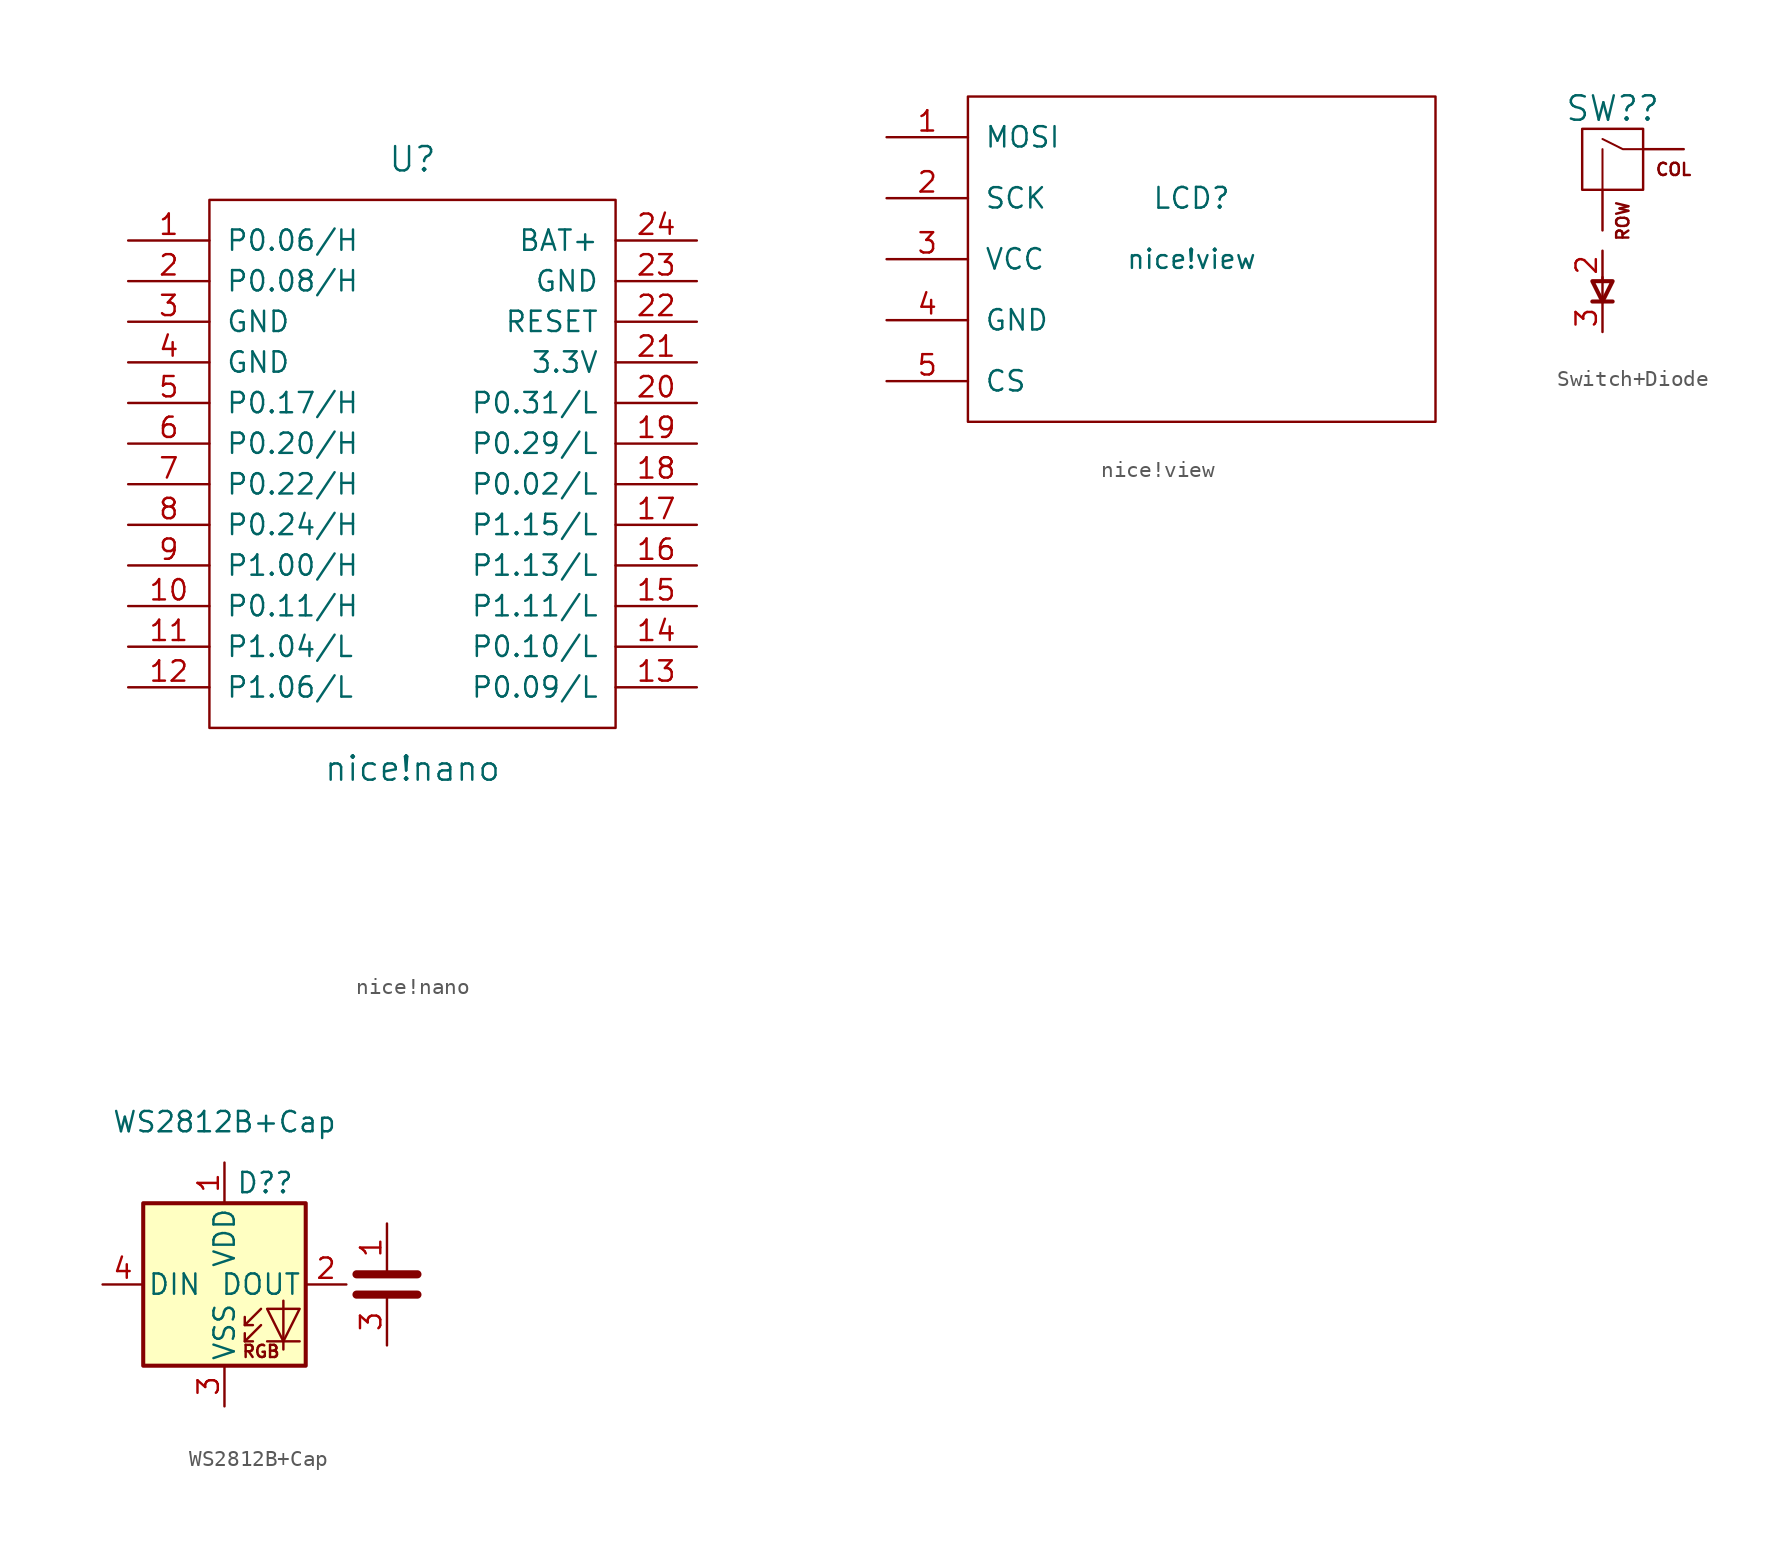
<source format=kicad_sym>
(kicad_symbol_lib
  (version 20211014)
  (generator kicad_symbol_editor)
  (symbol "nice!nano"
    (pin_names
      (offset 1.016))
    (property "Reference" "U"
      (at 0 19.05 0)
      (effects (font (size 1.524 1.524))))
    (property "Value" "nice!nano"
      (at 0 -19.05 0)
      (effects (font (size 1.524 1.524))))
    (property "Footprint" ""
      (at 2.54 -26.67 0)
      (effects (font (size 1.524 1.524))))
    (property "Datasheet" ""
      (at 2.54 -26.67 0)
      (effects (font (size 1.524 1.524))))
    (symbol "nice!nano_0_1"
      (rectangle (start -12.7 16.51) (end 12.7 -16.51) (stroke (width 0) (type default) (color 0 0 0 0)) (fill (type none))))
    (symbol "nice!nano_1_1"
      (pin bidirectional line (at -17.78 13.97 0) (length 5.08) (name "P0.06/H" (effects (font (size 1.27 1.27)))) (number "1" (effects (font (size 1.27 1.27)))))
      (pin bidirectional line (at -17.78 -8.89 0) (length 5.08) (name "P0.11/H" (effects (font (size 1.27 1.27)))) (number "10" (effects (font (size 1.27 1.27)))))
      (pin bidirectional line (at -17.78 -11.43 0) (length 5.08) (name "P1.04/L" (effects (font (size 1.27 1.27)))) (number "11" (effects (font (size 1.27 1.27)))))
      (pin bidirectional line (at -17.78 -13.97 0) (length 5.08) (name "P1.06/L" (effects (font (size 1.27 1.27)))) (number "12" (effects (font (size 1.27 1.27)))))
      (pin bidirectional line (at 17.78 -13.97 180) (length 5.08) (name "P0.09/L" (effects (font (size 1.27 1.27)))) (number "13" (effects (font (size 1.27 1.27)))))
      (pin bidirectional line (at 17.78 -11.43 180) (length 5.08) (name "P0.10/L" (effects (font (size 1.27 1.27)))) (number "14" (effects (font (size 1.27 1.27)))))
      (pin bidirectional line (at 17.78 -8.89 180) (length 5.08) (name "P1.11/L" (effects (font (size 1.27 1.27)))) (number "15" (effects (font (size 1.27 1.27)))))
      (pin bidirectional line (at 17.78 -6.35 180) (length 5.08) (name "P1.13/L" (effects (font (size 1.27 1.27)))) (number "16" (effects (font (size 1.27 1.27)))))
      (pin bidirectional line (at 17.78 -3.81 180) (length 5.08) (name "P1.15/L" (effects (font (size 1.27 1.27)))) (number "17" (effects (font (size 1.27 1.27)))))
      (pin bidirectional line (at 17.78 -1.27 180) (length 5.08) (name "P0.02/L" (effects (font (size 1.27 1.27)))) (number "18" (effects (font (size 1.27 1.27)))))
      (pin bidirectional line (at 17.78 1.27 180) (length 5.08) (name "P0.29/L" (effects (font (size 1.27 1.27)))) (number "19" (effects (font (size 1.27 1.27)))))
      (pin bidirectional line (at -17.78 11.43 0) (length 5.08) (name "P0.08/H" (effects (font (size 1.27 1.27)))) (number "2" (effects (font (size 1.27 1.27)))))
      (pin bidirectional line (at 17.78 3.81 180) (length 5.08) (name "P0.31/L" (effects (font (size 1.27 1.27)))) (number "20" (effects (font (size 1.27 1.27)))))
      (pin power_out line (at 17.78 6.35 180) (length 5.08) (name "3.3V" (effects (font (size 1.27 1.27)))) (number "21" (effects (font (size 1.27 1.27)))))
      (pin input line (at 17.78 8.89 180) (length 5.08) (name "RESET" (effects (font (size 1.27 1.27)))) (number "22" (effects (font (size 1.27 1.27)))))
      (pin power_in line (at 17.78 11.43 180) (length 5.08) (name "GND" (effects (font (size 1.27 1.27)))) (number "23" (effects (font (size 1.27 1.27)))))
      (pin power_in line (at 17.78 13.97 180) (length 5.08) (name "BAT+" (effects (font (size 1.27 1.27)))) (number "24" (effects (font (size 1.27 1.27)))))
      (pin power_in line (at -17.78 8.89 0) (length 5.08) (name "GND" (effects (font (size 1.27 1.27)))) (number "3" (effects (font (size 1.27 1.27)))))
      (pin power_in line (at -17.78 6.35 0) (length 5.08) (name "GND" (effects (font (size 1.27 1.27)))) (number "4" (effects (font (size 1.27 1.27)))))
      (pin bidirectional line (at -17.78 3.81 0) (length 5.08) (name "P0.17/H" (effects (font (size 1.27 1.27)))) (number "5" (effects (font (size 1.27 1.27)))))
      (pin bidirectional line (at -17.78 1.27 0) (length 5.08) (name "P0.20/H" (effects (font (size 1.27 1.27)))) (number "6" (effects (font (size 1.27 1.27)))))
      (pin bidirectional line (at -17.78 -1.27 0) (length 5.08) (name "P0.22/H" (effects (font (size 1.27 1.27)))) (number "7" (effects (font (size 1.27 1.27)))))
      (pin bidirectional line (at -17.78 -3.81 0) (length 5.08) (name "P0.24/H" (effects (font (size 1.27 1.27)))) (number "8" (effects (font (size 1.27 1.27)))))
      (pin bidirectional line (at -17.78 -6.35 0) (length 5.08) (name "P1.00/H" (effects (font (size 1.27 1.27)))) (number "9" (effects (font (size 1.27 1.27)))))))
  (symbol "nice!view"
    (pin_names
      (offset 1.016))
    (property "Reference" "LCD"
      (at 0 2.54 0)
      (effects (font (size 1.295 1.295))))
    (property "Value" "nice!view"
      (at 0 -1.27 0)
      (effects (font (size 1.194 1.194))))
    (symbol "nice!view_0_1"
      (rectangle (start -13.97 8.89) (end 15.24 -11.43) (stroke (width 0) (type default) (color 0 0 0 0)) (fill (type none))))
    (symbol "nice!view_1_1"
      (pin bidirectional line (at -19.05 6.35 0) (length 5.08) (name "MOSI" (effects (font (size 1.27 1.27)))) (number "1" (effects (font (size 1.27 1.27)))))
      (pin bidirectional line (at -19.05 2.54 0) (length 5.08) (name "SCK" (effects (font (size 1.27 1.27)))) (number "2" (effects (font (size 1.27 1.27)))))
      (pin power_in line (at -19.05 -1.27 0) (length 5.08) (name "VCC" (effects (font (size 1.27 1.27)))) (number "3" (effects (font (size 1.27 1.27)))))
      (pin power_in line (at -19.05 -5.08 0) (length 5.08) (name "GND" (effects (font (size 1.27 1.27)))) (number "4" (effects (font (size 1.27 1.27)))))
      (pin bidirectional line (at -19.05 -8.89 0) (length 5.08) (name "CS" (effects (font (size 1.27 1.27)))) (number "5" (effects (font (size 1.27 1.27)))))))
  (symbol "Switch+Diode"
    (pin_names
      (offset 1.016))
    (property "Reference" "SW?"
      (at -0.635 3.81 0)
      (effects (font (size 1.524 1.524))))
    (property "Datasheet" ""
      (at 0 0 0)
      (effects (font (size 1.524 1.524))))
    (symbol "Switch+Diode_0_0"
      (rectangle (start -2.54 2.54) (end 1.27 -1.27) (stroke (width 0) (type default) (color 0 0 0 0)) (fill (type none)))
      (polyline (pts (xy -1.27 -1.27) (xy -1.27 1.27)) (stroke (width 0.127) (type default) (color 0 0 0 0)) (fill (type none)))
      (polyline (pts (xy 1.27 1.27) (xy 0 1.27) (xy -1.27 1.905)) (stroke (width 0.127) (type default) (color 0 0 0 0)) (fill (type none)))
      (text "COL" (at 3.175 0 0) (effects (font (size 0.762 0.762))))
      (text "ROW" (at 0 -1.905 900) (effects (font (size 0.762 0.762)) (justify right))))
    (symbol "Switch+Diode_0_1"
      (polyline (pts (xy -1.27 -8.255) (xy -1.27 -6.731)) (stroke (width 0) (type default) (color 0 0 0 0)) (fill (type none)))
      (polyline (pts (xy -0.635 -8.255) (xy -1.905 -8.255)) (stroke (width 0.254) (type default) (color 0 0 0 0)) (fill (type none)))
      (polyline (pts (xy -0.635 -6.985) (xy -1.27 -8.255) (xy -1.905 -6.985) (xy -0.635 -6.985)) (stroke (width 0.254) (type default) (color 0 0 0 0)) (fill (type none))))
    (symbol "Switch+Diode_1_1"
      (pin passive line (at 3.81 1.27 180) (length 2.54) (name "COL" (effects (font (size 0 0)))) (number "1" (effects (font (size 0 0)))))
      (pin passive line (at -1.27 -5.08 270) (length 1.778) (name "" (effects (font (size 1.27 1.27)))) (number "2" (effects (font (size 1.27 1.27)))))
      (pin passive line (at -1.27 -3.81 90) (length 2.54) (name "ROW" (effects (font (size 0 0)))) (number "2" (effects (font (size 0 0)))))
      (pin passive line (at -1.27 -10.16 90) (length 1.778) (name "" (effects (font (size 1.27 1.27)))) (number "3" (effects (font (size 1.27 1.27)))))))
  (symbol "WS2812B+Cap"
    (pin_names
      (offset 0.254))
    (property "Reference" "D?"
      (at 2.54 6.35 0)
      (effects (font (size 1.27 1.27))))
    (property "Value" "WS2812B+Cap"
      (at 0 10.16 0)
      (effects (font (size 1.27 1.27))))
    (symbol "WS2812B+Cap_0_0"
      (text "RGB" (at 2.286 -4.191 0) (effects (font (size 0.762 0.762)))))
    (symbol "WS2812B+Cap_0_1"
      (polyline (pts (xy 1.27 -3.556) (xy 1.778 -3.556)) (stroke (width 0) (type default) (color 0 0 0 0)) (fill (type none)))
      (polyline (pts (xy 1.27 -2.54) (xy 1.778 -2.54)) (stroke (width 0) (type default) (color 0 0 0 0)) (fill (type none)))
      (polyline (pts (xy 4.699 -3.556) (xy 2.667 -3.556)) (stroke (width 0) (type default) (color 0 0 0 0)) (fill (type none)))
      (polyline (pts (xy 8.255 -0.635) (xy 12.065 -0.635)) (stroke (width 0.508) (type default) (color 0 0 0 0)) (fill (type none)))
      (polyline (pts (xy 8.255 0.635) (xy 12.065 0.635)) (stroke (width 0.508) (type default) (color 0 0 0 0)) (fill (type none)))
      (polyline (pts (xy 2.286 -2.54) (xy 1.27 -3.556) (xy 1.27 -3.048)) (stroke (width 0) (type default) (color 0 0 0 0)) (fill (type none)))
      (polyline (pts (xy 2.286 -1.524) (xy 1.27 -2.54) (xy 1.27 -2.032)) (stroke (width 0) (type default) (color 0 0 0 0)) (fill (type none)))
      (polyline (pts (xy 3.683 -1.016) (xy 3.683 -3.556) (xy 3.683 -4.064)) (stroke (width 0) (type default) (color 0 0 0 0)) (fill (type none)))
      (polyline (pts (xy 4.699 -1.524) (xy 2.667 -1.524) (xy 3.683 -3.556) (xy 4.699 -1.524)) (stroke (width 0) (type default) (color 0 0 0 0)) (fill (type none)))
      (rectangle (start 5.08 5.08) (end -5.08 -5.08) (stroke (width 0.254) (type default) (color 0 0 0 0)) (fill (type background))))
    (symbol "WS2812B+Cap_1_1"
      (pin power_in line (at 0 7.62 270) (length 2.54) (name "VDD" (effects (font (size 1.27 1.27)))) (number "1" (effects (font (size 1.27 1.27)))))
      (pin power_in line (at 10.16 3.81 270) (length 3) (name "~" (effects (font (size 1.27 1.27)))) (number "1" (effects (font (size 1.27 1.27)))))
      (pin output line (at 7.62 0 180) (length 2.54) (name "DOUT" (effects (font (size 1.27 1.27)))) (number "2" (effects (font (size 1.27 1.27)))))
      (pin power_in line (at 0 -7.62 90) (length 2.54) (name "VSS" (effects (font (size 1.27 1.27)))) (number "3" (effects (font (size 1.27 1.27)))))
      (pin power_in line (at 10.16 -3.81 90) (length 3) (name "~" (effects (font (size 1.27 1.27)))) (number "3" (effects (font (size 1.27 1.27)))))
      (pin input line (at -7.62 0 0) (length 2.54) (name "DIN" (effects (font (size 1.27 1.27)))) (number "4" (effects (font (size 1.27 1.27))))))))
</source>
